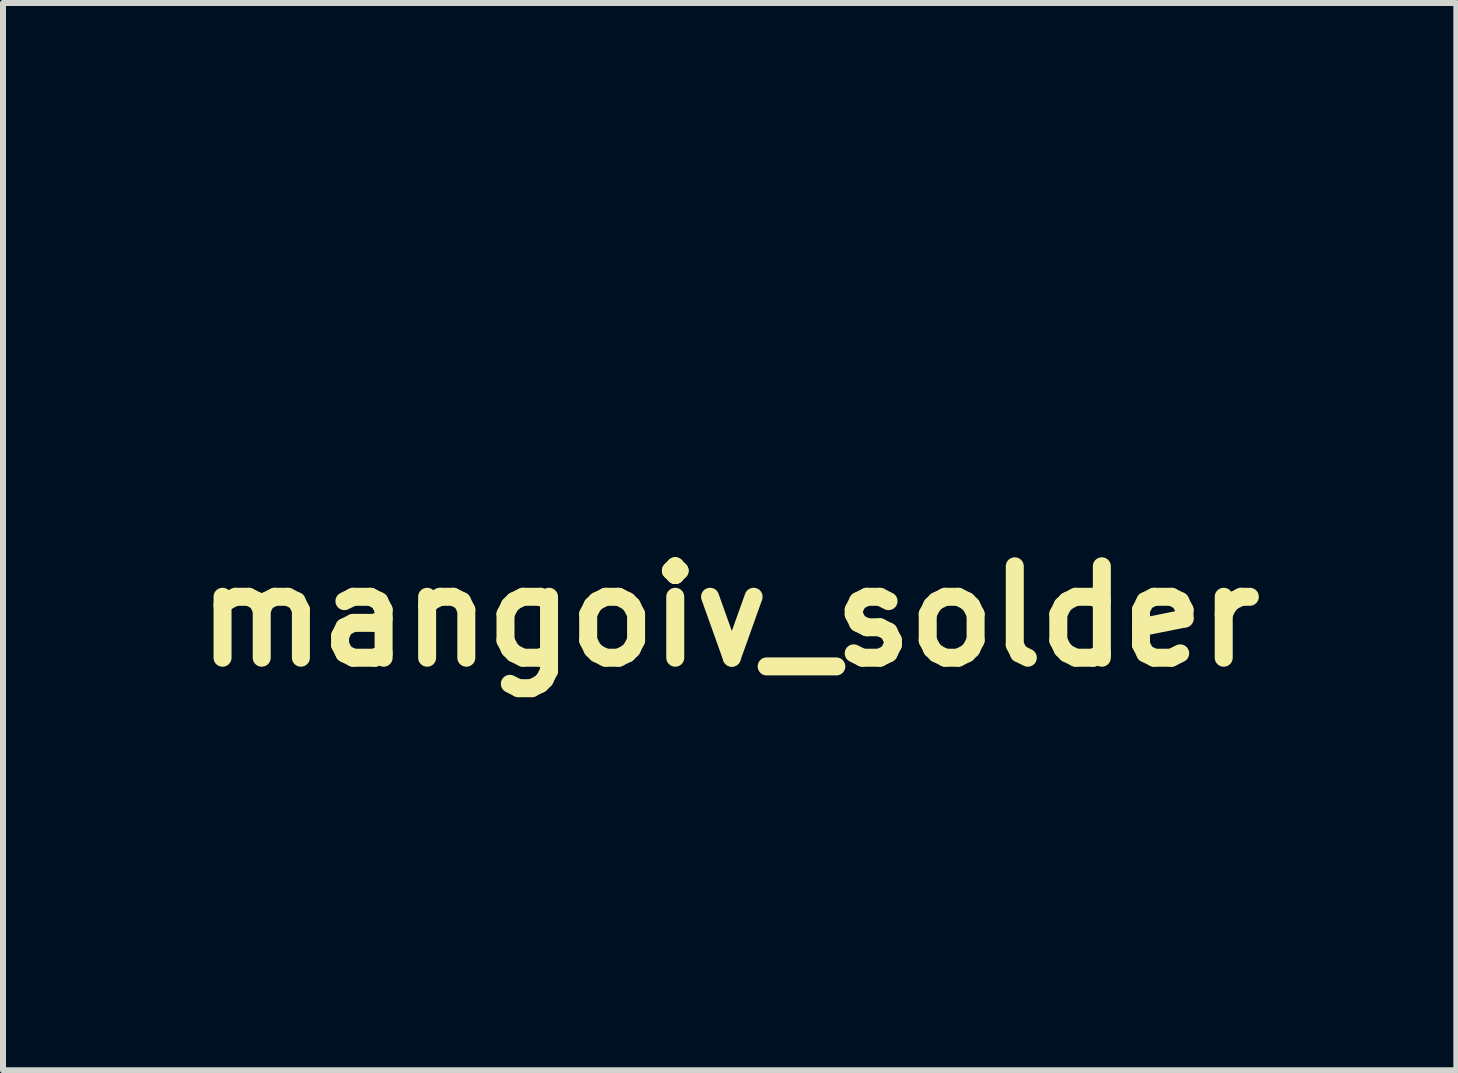
<source format=kicad_pcb>
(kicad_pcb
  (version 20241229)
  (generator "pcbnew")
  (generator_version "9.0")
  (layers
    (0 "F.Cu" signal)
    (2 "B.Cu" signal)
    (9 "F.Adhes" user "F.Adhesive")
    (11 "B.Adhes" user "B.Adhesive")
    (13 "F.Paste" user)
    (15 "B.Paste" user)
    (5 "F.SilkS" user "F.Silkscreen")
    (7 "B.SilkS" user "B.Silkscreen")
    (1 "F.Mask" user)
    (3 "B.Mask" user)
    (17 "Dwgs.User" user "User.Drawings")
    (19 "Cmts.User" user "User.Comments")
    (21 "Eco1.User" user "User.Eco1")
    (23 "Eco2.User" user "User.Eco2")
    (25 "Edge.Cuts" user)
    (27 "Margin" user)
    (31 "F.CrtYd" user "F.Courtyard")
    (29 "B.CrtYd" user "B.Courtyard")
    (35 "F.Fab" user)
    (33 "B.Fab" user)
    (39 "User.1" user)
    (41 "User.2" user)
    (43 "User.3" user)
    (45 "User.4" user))
  (footprint "mangoiv_solder"
    (layer "F.Cu")
    (at 9.115 7.226)
    (property "Reference" "mangoiv_solder" (at 0 0 0) (layer "F.SilkS") (effects (font (size 1.524 1.524) (thickness 0.3))))
    (attr through_hole)
    (fp_poly (pts (xy -2.253 -3.593) (xy -2.237 -3.582) (xy -2.226 -3.559) (xy -2.221 -3.521) (xy -2.219 -3.471) (xy -2.221 -3.404) (xy -2.229 -3.349) (xy -2.238 -3.317) (xy -2.248 -3.279) (xy -2.254 -3.237) (xy -2.256 -3.184) (xy -2.256 -3.146) (xy -2.257 -3.081) (xy -2.262 -3.029) (xy -2.271 -2.981) (xy -2.277 -2.958) (xy -2.29 -2.898) (xy -2.293 -2.851) (xy -2.292 -2.836) (xy -2.293 -2.794) (xy -2.307 -2.766) (xy -2.331 -2.754) (xy -2.363 -2.76) (xy -2.394 -2.779) (xy -2.42 -2.804) (xy -2.445 -2.836) (xy -2.452 -2.847) (xy -2.476 -2.881) (xy -2.507 -2.911) (xy -2.516 -2.918) (xy -2.542 -2.937) (xy -2.578 -2.963) (xy -2.618 -2.992) (xy -2.638 -3.007) (xy -2.678 -3.035) (xy -2.715 -3.06) (xy -2.744 -3.078) (xy -2.755 -3.084) (xy -2.779 -3.098) (xy -2.794 -3.11) (xy -2.795 -3.111) (xy -2.806 -3.122) (xy -2.829 -3.14) (xy -2.86 -3.163) (xy -2.868 -3.168) (xy -2.939 -3.22) (xy -2.995 -3.262) (xy -3.038 -3.296) (xy -3.049 -3.306) (xy -2.895 -3.306) (xy -2.892 -3.293) (xy -2.875 -3.285) (xy -2.859 -3.277) (xy -2.855 -3.271) (xy -2.847 -3.261) (xy -2.827 -3.247) (xy -2.822 -3.245) (xy -2.794 -3.228) (xy -2.761 -3.205) (xy -2.747 -3.194) (xy -2.722 -3.175) (xy -2.703 -3.162) (xy -2.697 -3.16) (xy -2.684 -3.153) (xy -2.673 -3.144) (xy -2.656 -3.131) (xy -2.629 -3.111) (xy -2.601 -3.092) (xy -2.566 -3.068) (xy -2.533 -3.042) (xy -2.514 -3.026) (xy -2.493 -3.008) (xy -2.477 -2.998) (xy -2.473 -2.997) (xy -2.46 -2.991) (xy -2.439 -2.976) (xy -2.433 -2.971) (xy -2.413 -2.956) (xy -2.402 -2.947) (xy -2.401 -2.946) (xy -2.397 -2.955) (xy -2.389 -2.978) (xy -2.381 -3.005) (xy -2.37 -3.058) (xy -2.366 -3.123) (xy -2.366 -3.16) (xy -2.366 -3.212) (xy -2.363 -3.253) (xy -2.355 -3.291) (xy -2.342 -3.332) (xy -2.326 -3.39) (xy -2.322 -3.434) (xy -2.331 -3.463) (xy -2.34 -3.473) (xy -2.357 -3.475) (xy -2.391 -3.468) (xy -2.444 -3.452) (xy -2.454 -3.449) (xy -2.538 -3.425) (xy -2.616 -3.412) (xy -2.636 -3.41) (xy -2.683 -3.405) (xy -2.718 -3.397) (xy -2.748 -3.384) (xy -2.766 -3.374) (xy -2.802 -3.354) (xy -2.839 -3.338) (xy -2.855 -3.332) (xy -2.883 -3.321) (xy -2.895 -3.306) (xy -3.049 -3.306) (xy -3.069 -3.324) (xy -3.09 -3.347) (xy -3.102 -3.367) (xy -3.108 -3.385) (xy -3.109 -3.396) (xy -3.106 -3.417) (xy -3.092 -3.424) (xy -3.085 -3.424) (xy -3.06 -3.417) (xy -3.047 -3.408) (xy -3.027 -3.397) (xy -3.013 -3.397) (xy -2.948 -3.414) (xy -2.888 -3.433) (xy -2.837 -3.453) (xy -2.802 -3.471) (xy -2.799 -3.473) (xy -2.773 -3.489) (xy -2.754 -3.5) (xy -2.748 -3.501) (xy -2.731 -3.505) (xy -2.731 -3.505) (xy -2.707 -3.51) (xy -2.669 -3.514) (xy -2.62 -3.518) (xy -2.61 -3.519) (xy -2.566 -3.525) (xy -2.518 -3.536) (xy -2.498 -3.543) (xy -2.45 -3.559) (xy -2.397 -3.574) (xy -2.346 -3.587) (xy -2.302 -3.595) (xy -2.278 -3.597) (xy -2.253 -3.593)) (stroke (width 0.01) (type solid)) (fill yes) (layer "F.Mask"))
    (fp_poly (pts (xy -3 -1.39) (xy -2.975 -1.38) (xy -2.943 -1.362) (xy -2.901 -1.333) (xy -2.846 -1.294) (xy -2.804 -1.263) (xy -2.765 -1.233) (xy -2.73 -1.206) (xy -2.703 -1.184) (xy -2.692 -1.175) (xy -2.665 -1.153) (xy -2.637 -1.133) (xy -2.612 -1.115) (xy -2.594 -1.097) (xy -2.593 -1.096) (xy -2.579 -1.083) (xy -2.552 -1.064) (xy -2.516 -1.04) (xy -2.492 -1.025) (xy -2.452 -1.001) (xy -2.416 -0.978) (xy -2.391 -0.961) (xy -2.383 -0.955) (xy -2.361 -0.939) (xy -2.331 -0.921) (xy -2.32 -0.916) (xy -2.291 -0.9) (xy -2.269 -0.886) (xy -2.264 -0.881) (xy -2.248 -0.869) (xy -2.221 -0.852) (xy -2.2 -0.839) (xy -2.158 -0.814) (xy -2.133 -0.795) (xy -2.12 -0.779) (xy -2.118 -0.764) (xy -2.12 -0.758) (xy -2.129 -0.743) (xy -2.148 -0.716) (xy -2.176 -0.681) (xy -2.21 -0.641) (xy -2.22 -0.629) (xy -2.258 -0.585) (xy -2.292 -0.54) (xy -2.321 -0.5) (xy -2.34 -0.47) (xy -2.342 -0.466) (xy -2.365 -0.423) (xy -2.385 -0.396) (xy -2.404 -0.381) (xy -2.425 -0.376) (xy -2.43 -0.376) (xy -2.454 -0.382) (xy -2.472 -0.402) (xy -2.474 -0.406) (xy -2.485 -0.43) (xy -2.5 -0.466) (xy -2.516 -0.508) (xy -2.52 -0.518) (xy -2.533 -0.552) (xy -2.548 -0.588) (xy -2.567 -0.628) (xy -2.591 -0.676) (xy -2.621 -0.736) (xy -2.66 -0.808) (xy -2.669 -0.83) (xy -2.679 -0.862) (xy -2.682 -0.874) (xy -2.705 -0.946) (xy -2.596 -0.946) (xy -2.588 -0.921) (xy -2.572 -0.879) (xy -2.546 -0.822) (xy -2.512 -0.751) (xy -2.492 -0.71) (xy -2.413 -0.551) (xy -2.373 -0.597) (xy -2.345 -0.63) (xy -2.317 -0.665) (xy -2.305 -0.681) (xy -2.286 -0.706) (xy -2.27 -0.723) (xy -2.266 -0.726) (xy -2.256 -0.74) (xy -2.265 -0.754) (xy -2.283 -0.764) (xy -2.31 -0.779) (xy -2.339 -0.8) (xy -2.345 -0.805) (xy -2.368 -0.822) (xy -2.385 -0.832) (xy -2.389 -0.833) (xy -2.401 -0.838) (xy -2.427 -0.853) (xy -2.461 -0.873) (xy -2.493 -0.894) (xy -2.532 -0.919) (xy -2.564 -0.938) (xy -2.586 -0.951) (xy -2.594 -0.955) (xy -2.596 -0.946) (xy -2.705 -0.946) (xy -2.713 -0.969) (xy -2.75 -1.048) (xy -2.795 -1.114) (xy -2.851 -1.171) (xy -2.869 -1.185) (xy -2.902 -1.21) (xy -2.929 -1.227) (xy -2.947 -1.236) (xy -2.95 -1.237) (xy -2.955 -1.225) (xy -2.96 -1.193) (xy -2.963 -1.142) (xy -2.966 -1.072) (xy -2.967 -1.041) (xy -2.97 -0.979) (xy -2.972 -0.924) (xy -2.975 -0.88) (xy -2.978 -0.848) (xy -2.98 -0.833) (xy -2.98 -0.833) (xy -2.983 -0.817) (xy -2.986 -0.786) (xy -2.989 -0.743) (xy -2.991 -0.696) (xy -2.993 -0.647) (xy -2.996 -0.604) (xy -2.999 -0.573) (xy -3.002 -0.557) (xy -3.018 -0.542) (xy -3.043 -0.535) (xy -3.067 -0.54) (xy -3.073 -0.545) (xy -3.086 -0.567) (xy -3.093 -0.604) (xy -3.096 -0.657) (xy -3.095 -0.728) (xy -3.089 -0.813) (xy -3.084 -0.878) (xy -3.08 -0.956) (xy -3.077 -1.039) (xy -3.074 -1.12) (xy -3.074 -1.167) (xy -3.073 -1.236) (xy -3.072 -1.287) (xy -3.07 -1.323) (xy -3.067 -1.348) (xy -3.064 -1.363) (xy -3.059 -1.373) (xy -3.053 -1.378) (xy -3.037 -1.388) (xy -3.02 -1.392) (xy -3 -1.39)) (stroke (width 0.01) (type solid)) (fill yes) (layer "F.Mask"))
    (fp_poly (pts (xy -2.851 -2.061) (xy -2.786 -2.06) (xy -2.704 -2.059) (xy -2.689 -2.058) (xy -2.577 -2.056) (xy -2.484 -2.052) (xy -2.41 -2.048) (xy -2.353 -2.043) (xy -2.311 -2.037) (xy -2.311 -2.037) (xy -2.265 -2.03) (xy -2.207 -2.025) (xy -2.147 -2.022) (xy -2.112 -2.021) (xy -2.061 -2.021) (xy -2.025 -2.019) (xy -2.001 -2.016) (xy -1.986 -2.011) (xy -1.974 -2.002) (xy -1.973 -2.001) (xy -1.954 -1.974) (xy -1.954 -1.947) (xy -1.968 -1.929) (xy -1.989 -1.92) (xy -2.027 -1.915) (xy -2.078 -1.912) (xy -2.139 -1.912) (xy -2.207 -1.915) (xy -2.278 -1.921) (xy -2.305 -1.924) (xy -2.358 -1.93) (xy -2.425 -1.936) (xy -2.497 -1.941) (xy -2.568 -1.945) (xy -2.596 -1.946) (xy -2.681 -1.949) (xy -2.748 -1.951) (xy -2.798 -1.951) (xy -2.832 -1.949) (xy -2.853 -1.944) (xy -2.863 -1.937) (xy -2.862 -1.927) (xy -2.853 -1.914) (xy -2.847 -1.907) (xy -2.828 -1.884) (xy -2.808 -1.853) (xy -2.802 -1.843) (xy -2.785 -1.812) (xy -2.762 -1.773) (xy -2.74 -1.735) (xy -2.702 -1.669) (xy -2.603 -1.662) (xy -2.558 -1.66) (xy -2.517 -1.657) (xy -2.488 -1.656) (xy -2.479 -1.656) (xy -2.455 -1.654) (xy -2.416 -1.648) (xy -2.369 -1.64) (xy -2.317 -1.63) (xy -2.266 -1.619) (xy -2.22 -1.608) (xy -2.183 -1.598) (xy -2.16 -1.59) (xy -2.156 -1.589) (xy -2.137 -1.567) (xy -2.136 -1.54) (xy -2.151 -1.513) (xy -2.16 -1.504) (xy -2.183 -1.49) (xy -2.21 -1.485) (xy -2.244 -1.487) (xy -2.291 -1.497) (xy -2.295 -1.498) (xy -2.356 -1.511) (xy -2.437 -1.524) (xy -2.537 -1.536) (xy -2.564 -1.54) (xy -2.59 -1.542) (xy -2.607 -1.543) (xy -2.616 -1.538) (xy -2.615 -1.526) (xy -2.606 -1.504) (xy -2.586 -1.47) (xy -2.557 -1.421) (xy -2.547 -1.405) (xy -2.515 -1.352) (xy -2.493 -1.314) (xy -2.478 -1.287) (xy -2.469 -1.269) (xy -2.465 -1.256) (xy -2.465 -1.246) (xy -2.466 -1.236) (xy -2.466 -1.235) (xy -2.477 -1.217) (xy -2.497 -1.199) (xy -2.517 -1.189) (xy -2.523 -1.189) (xy -2.529 -1.197) (xy -2.543 -1.216) (xy -2.558 -1.237) (xy -2.6 -1.299) (xy -2.633 -1.349) (xy -2.658 -1.389) (xy -2.678 -1.425) (xy -2.686 -1.439) (xy -2.705 -1.475) (xy -2.727 -1.508) (xy -2.737 -1.521) (xy -2.75 -1.535) (xy -2.764 -1.544) (xy -2.783 -1.551) (xy -2.812 -1.555) (xy -2.856 -1.56) (xy -2.867 -1.56) (xy -2.922 -1.564) (xy -2.988 -1.566) (xy -3.055 -1.567) (xy -3.099 -1.567) (xy -3.175 -1.567) (xy -3.249 -1.57) (xy -3.316 -1.577) (xy -3.372 -1.585) (xy -3.414 -1.596) (xy -3.427 -1.602) (xy -3.452 -1.621) (xy -3.467 -1.643) (xy -3.473 -1.663) (xy -3.467 -1.678) (xy -3.455 -1.689) (xy -3.43 -1.702) (xy -3.401 -1.703) (xy -3.394 -1.701) (xy -3.339 -1.693) (xy -3.277 -1.688) (xy -3.216 -1.686) (xy -3.165 -1.687) (xy -3.15 -1.689) (xy -3.107 -1.692) (xy -3.058 -1.692) (xy -3.028 -1.69) (xy -2.955 -1.685) (xy -2.9 -1.683) (xy -2.863 -1.685) (xy -2.846 -1.69) (xy -2.845 -1.693) (xy -2.85 -1.705) (xy -2.864 -1.731) (xy -2.884 -1.766) (xy -2.902 -1.794) (xy -2.942 -1.858) (xy -2.972 -1.907) (xy -2.992 -1.946) (xy -3.004 -1.975) (xy -3.009 -1.998) (xy -3.007 -2.017) (xy -3 -2.036) (xy -2.996 -2.044) (xy -2.993 -2.05) (xy -2.987 -2.054) (xy -2.977 -2.058) (xy -2.961 -2.06) (xy -2.936 -2.061) (xy -2.9 -2.062) (xy -2.851 -2.061)) (stroke (width 0.01) (type solid)) (fill yes) (layer "F.Mask"))
    (fp_poly (pts (xy -3.341 2.031) (xy -3.307 2.059) (xy -3.273 2.087) (xy -3.231 2.121) (xy -3.188 2.152) (xy -3.181 2.158) (xy -3.139 2.187) (xy -3.096 2.217) (xy -3.06 2.242) (xy -3.054 2.246) (xy -2.989 2.292) (xy -2.938 2.327) (xy -2.9 2.353) (xy -2.872 2.371) (xy -2.854 2.381) (xy -2.842 2.387) (xy -2.837 2.388) (xy -2.823 2.381) (xy -2.798 2.365) (xy -2.766 2.341) (xy -2.745 2.323) (xy -2.703 2.29) (xy -2.66 2.257) (xy -2.621 2.229) (xy -2.609 2.221) (xy -2.579 2.201) (xy -2.556 2.185) (xy -2.546 2.175) (xy -2.533 2.166) (xy -2.513 2.16) (xy -2.487 2.159) (xy -2.463 2.175) (xy -2.462 2.175) (xy -2.442 2.205) (xy -2.442 2.235) (xy -2.462 2.267) (xy -2.5 2.299) (xy -2.538 2.321) (xy -2.567 2.337) (xy -2.589 2.351) (xy -2.596 2.357) (xy -2.607 2.368) (xy -2.63 2.385) (xy -2.661 2.407) (xy -2.663 2.408) (xy -2.692 2.43) (xy -2.714 2.448) (xy -2.723 2.458) (xy -2.723 2.459) (xy -2.715 2.468) (xy -2.694 2.486) (xy -2.661 2.511) (xy -2.621 2.54) (xy -2.609 2.55) (xy -2.559 2.585) (xy -2.509 2.623) (xy -2.463 2.659) (xy -2.429 2.687) (xy -2.428 2.687) (xy -2.386 2.721) (xy -2.338 2.757) (xy -2.295 2.788) (xy -2.294 2.788) (xy -2.26 2.812) (xy -2.23 2.833) (xy -2.21 2.847) (xy -2.208 2.849) (xy -2.169 2.879) (xy -2.123 2.914) (xy -2.074 2.948) (xy -2.028 2.978) (xy -1.99 3.002) (xy -1.974 3.011) (xy -1.937 3.032) (xy -1.902 3.055) (xy -1.888 3.067) (xy -1.84 3.104) (xy -1.779 3.146) (xy -1.722 3.18) (xy -1.688 3.202) (xy -1.65 3.228) (xy -1.629 3.244) (xy -1.562 3.295) (xy -1.497 3.343) (xy -1.439 3.385) (xy -1.39 3.42) (xy -1.353 3.444) (xy -1.351 3.445) (xy -1.324 3.463) (xy -1.306 3.478) (xy -1.3 3.485) (xy -1.293 3.494) (xy -1.272 3.512) (xy -1.242 3.534) (xy -1.208 3.558) (xy -1.174 3.581) (xy -1.144 3.601) (xy -1.122 3.614) (xy -1.113 3.617) (xy -1.097 3.625) (xy -1.077 3.643) (xy -1.058 3.665) (xy -1.047 3.685) (xy -1.046 3.69) (xy -1.055 3.712) (xy -1.077 3.729) (xy -1.105 3.738) (xy -1.132 3.735) (xy -1.147 3.725) (xy -1.163 3.713) (xy -1.189 3.698) (xy -1.201 3.693) (xy -1.23 3.677) (xy -1.268 3.653) (xy -1.306 3.625) (xy -1.313 3.62) (xy -1.344 3.595) (xy -1.369 3.577) (xy -1.384 3.567) (xy -1.386 3.566) (xy -1.397 3.56) (xy -1.418 3.545) (xy -1.446 3.524) (xy -1.447 3.523) (xy -1.507 3.477) (xy -1.553 3.442) (xy -1.587 3.417) (xy -1.613 3.401) (xy -1.629 3.392) (xy -1.648 3.381) (xy -1.656 3.371) (xy -1.664 3.363) (xy -1.687 3.346) (xy -1.721 3.322) (xy -1.764 3.293) (xy -1.806 3.265) (xy -1.855 3.233) (xy -1.897 3.204) (xy -1.931 3.181) (xy -1.952 3.165) (xy -1.959 3.159) (xy -1.969 3.15) (xy -1.992 3.135) (xy -2.02 3.119) (xy -2.057 3.098) (xy -2.101 3.069) (xy -2.144 3.04) (xy -2.149 3.036) (xy -2.22 2.983) (xy -2.278 2.942) (xy -2.323 2.91) (xy -2.359 2.887) (xy -2.375 2.877) (xy -2.404 2.857) (xy -2.438 2.83) (xy -2.464 2.807) (xy -2.494 2.782) (xy -2.535 2.75) (xy -2.58 2.716) (xy -2.611 2.694) (xy -2.657 2.662) (xy -2.702 2.629) (xy -2.742 2.599) (xy -2.762 2.584) (xy -2.793 2.561) (xy -2.821 2.546) (xy -2.839 2.54) (xy -2.86 2.546) (xy -2.888 2.561) (xy -2.903 2.571) (xy -2.925 2.585) (xy -2.961 2.606) (xy -3.009 2.632) (xy -3.065 2.661) (xy -3.125 2.692) (xy -3.136 2.697) (xy -3.195 2.728) (xy -3.25 2.757) (xy -3.297 2.783) (xy -3.333 2.804) (xy -3.355 2.818) (xy -3.358 2.82) (xy -3.394 2.847) (xy -3.426 2.86) (xy -3.449 2.858) (xy -3.462 2.842) (xy -3.464 2.826) (xy -3.453 2.784) (xy -3.423 2.741) (xy -3.38 2.703) (xy -3.358 2.686) (xy -3.335 2.671) (xy -3.307 2.655) (xy -3.271 2.636) (xy -3.222 2.612) (xy -3.185 2.594) (xy -3.15 2.575) (xy -3.109 2.553) (xy -3.067 2.53) (xy -3.027 2.506) (xy -2.993 2.486) (xy -2.968 2.47) (xy -2.957 2.461) (xy -2.957 2.46) (xy -2.965 2.452) (xy -2.986 2.435) (xy -3.016 2.413) (xy -3.03 2.403) (xy -3.127 2.334) (xy -3.209 2.274) (xy -3.275 2.224) (xy -3.328 2.181) (xy -3.368 2.146) (xy -3.396 2.117) (xy -3.414 2.092) (xy -3.423 2.072) (xy -3.424 2.063) (xy -3.418 2.031) (xy -3.401 2.015) (xy -3.375 2.015) (xy -3.341 2.031)) (stroke (width 0.01) (type solid)) (fill yes) (layer "F.Mask"))
    (fp_poly (pts (xy -1.604 -5.123) (xy -1.586 -5.104) (xy -1.57 -5.08) (xy -1.566 -5.057) (xy -1.573 -5.028) (xy -1.59 -4.99) (xy -1.604 -4.959) (xy -1.614 -4.932) (xy -1.615 -4.921) (xy -1.621 -4.898) (xy -1.627 -4.889) (xy -1.637 -4.871) (xy -1.641 -4.849) (xy -1.643 -4.827) (xy -1.648 -4.791) (xy -1.655 -4.747) (xy -1.66 -4.715) (xy -1.674 -4.586) (xy -1.675 -4.467) (xy -1.662 -4.36) (xy -1.655 -4.328) (xy -1.644 -4.288) (xy -1.634 -4.255) (xy -1.627 -4.235) (xy -1.625 -4.232) (xy -1.617 -4.214) (xy -1.615 -4.203) (xy -1.61 -4.185) (xy -1.596 -4.157) (xy -1.585 -4.14) (xy -1.557 -4.096) (xy -1.543 -4.062) (xy -1.54 -4.035) (xy -1.544 -4.018) (xy -1.56 -3.997) (xy -1.578 -3.993) (xy -1.609 -4.003) (xy -1.642 -4.032) (xy -1.674 -4.08) (xy -1.706 -4.144) (xy -1.736 -4.225) (xy -1.765 -4.321) (xy -1.768 -4.332) (xy -1.794 -4.435) (xy -1.834 -4.433) (xy -1.861 -4.431) (xy -1.902 -4.428) (xy -1.951 -4.425) (xy -1.99 -4.422) (xy -2.036 -4.42) (xy -2.074 -4.419) (xy -2.1 -4.42) (xy -2.11 -4.422) (xy -2.121 -4.425) (xy -2.127 -4.422) (xy -2.142 -4.419) (xy -2.172 -4.416) (xy -2.211 -4.413) (xy -2.225 -4.413) (xy -2.264 -4.412) (xy -2.319 -4.409) (xy -2.382 -4.406) (xy -2.45 -4.403) (xy -2.498 -4.4) (xy -2.567 -4.397) (xy -2.64 -4.395) (xy -2.715 -4.394) (xy -2.787 -4.395) (xy -2.855 -4.396) (xy -2.914 -4.399) (xy -2.963 -4.402) (xy -2.997 -4.406) (xy -3.014 -4.411) (xy -3.014 -4.411) (xy -3.034 -4.417) (xy -3.045 -4.416) (xy -3.061 -4.414) (xy -3.093 -4.411) (xy -3.138 -4.409) (xy -3.192 -4.406) (xy -3.226 -4.404) (xy -3.284 -4.402) (xy -3.336 -4.399) (xy -3.38 -4.396) (xy -3.41 -4.394) (xy -3.419 -4.392) (xy -3.445 -4.389) (xy -3.483 -4.385) (xy -3.515 -4.383) (xy -3.56 -4.38) (xy -3.613 -4.377) (xy -3.663 -4.373) (xy -3.712 -4.369) (xy -3.747 -4.366) (xy -3.773 -4.366) (xy -3.795 -4.367) (xy -3.819 -4.37) (xy -3.831 -4.372) (xy -3.867 -4.375) (xy -3.891 -4.368) (xy -3.897 -4.365) (xy -3.905 -4.357) (xy -3.91 -4.346) (xy -3.914 -4.328) (xy -3.916 -4.299) (xy -3.917 -4.255) (xy -3.917 -4.214) (xy -3.918 -4.152) (xy -3.92 -4.105) (xy -3.924 -4.074) (xy -3.928 -4.063) (xy -3.938 -4.042) (xy -3.947 -4.009) (xy -3.953 -3.973) (xy -3.953 -3.946) (xy -3.956 -3.925) (xy -3.962 -3.917) (xy -3.97 -3.903) (xy -3.973 -3.886) (xy -3.976 -3.867) (xy -3.983 -3.861) (xy -3.992 -3.853) (xy -3.993 -3.848) (xy -4.002 -3.837) (xy -4.026 -3.824) (xy -4.061 -3.812) (xy -4.089 -3.804) (xy -4.115 -3.805) (xy -4.13 -3.811) (xy -4.147 -3.821) (xy -4.153 -3.825) (xy -4.151 -3.835) (xy -4.142 -3.859) (xy -4.128 -3.895) (xy -4.114 -3.932) (xy -4.094 -3.984) (xy -4.077 -4.04) (xy -4.063 -4.091) (xy -4.058 -4.114) (xy -4.051 -4.171) (xy -4.046 -4.238) (xy -4.045 -4.31) (xy -4.046 -4.383) (xy -4.05 -4.455) (xy -4.056 -4.521) (xy -4.064 -4.578) (xy -4.075 -4.622) (xy -4.087 -4.65) (xy -4.089 -4.653) (xy -4.098 -4.667) (xy -4.112 -4.691) (xy -4.131 -4.728) (xy -4.158 -4.78) (xy -4.187 -4.84) (xy -4.202 -4.876) (xy -4.204 -4.903) (xy -4.194 -4.926) (xy -4.186 -4.936) (xy -4.155 -4.956) (xy -4.12 -4.957) (xy -4.084 -4.94) (xy -4.065 -4.923) (xy -4.044 -4.899) (xy -4.036 -4.879) (xy -4.038 -4.861) (xy -4.039 -4.842) (xy -4.032 -4.817) (xy -4.015 -4.782) (xy -4.002 -4.757) (xy -3.978 -4.708) (xy -3.956 -4.655) (xy -3.939 -4.606) (xy -3.938 -4.602) (xy -3.916 -4.526) (xy -3.833 -4.528) (xy -3.788 -4.53) (xy -3.732 -4.534) (xy -3.671 -4.54) (xy -3.608 -4.546) (xy -3.548 -4.553) (xy -3.496 -4.56) (xy -3.457 -4.567) (xy -3.437 -4.571) (xy -3.413 -4.576) (xy -3.404 -4.572) (xy -3.404 -4.571) (xy -3.395 -4.564) (xy -3.377 -4.562) (xy -3.358 -4.565) (xy -3.348 -4.571) (xy -3.336 -4.576) (xy -3.309 -4.579) (xy -3.272 -4.58) (xy -3.266 -4.58) (xy -3.229 -4.58) (xy -3.201 -4.581) (xy -3.186 -4.583) (xy -3.186 -4.583) (xy -3.173 -4.585) (xy -3.143 -4.586) (xy -3.098 -4.585) (xy -3.041 -4.583) (xy -2.974 -4.58) (xy -2.899 -4.576) (xy -2.896 -4.576) (xy -2.791 -4.572) (xy -2.678 -4.571) (xy -2.554 -4.574) (xy -2.415 -4.581) (xy -2.266 -4.592) (xy -2.186 -4.597) (xy -2.11 -4.601) (xy -2.04 -4.602) (xy -1.98 -4.601) (xy -1.934 -4.597) (xy -1.905 -4.592) (xy -1.905 -4.592) (xy -1.879 -4.589) (xy -1.848 -4.593) (xy -1.818 -4.601) (xy -1.797 -4.612) (xy -1.791 -4.619) (xy -1.789 -4.632) (xy -1.784 -4.661) (xy -1.778 -4.702) (xy -1.771 -4.752) (xy -1.769 -4.768) (xy -1.756 -4.847) (xy -1.741 -4.912) (xy -1.723 -4.971) (xy -1.711 -5.001) (xy -1.686 -5.061) (xy -1.663 -5.102) (xy -1.643 -5.126) (xy -1.624 -5.132) (xy -1.604 -5.123)) (stroke (width 0.01) (type solid)) (fill yes) (layer "F.Mask"))
    (fp_poly (pts (xy -4.139 -7.211) (xy -4.128 -7.194) (xy -4.11 -7.171) (xy -4.08 -7.15) (xy -4.034 -7.126) (xy -4.034 -7.126) (xy -3.958 -7.088) (xy -3.885 -7.05) (xy -3.819 -7.012) (xy -3.764 -6.977) (xy -3.722 -6.947) (xy -3.708 -6.935) (xy -3.68 -6.911) (xy -3.639 -6.883) (xy -3.594 -6.853) (xy -3.566 -6.836) (xy -3.523 -6.81) (xy -3.482 -6.786) (xy -3.449 -6.767) (xy -3.434 -6.758) (xy -3.422 -6.751) (xy -3.409 -6.744) (xy -3.394 -6.735) (xy -3.373 -6.723) (xy -3.344 -6.706) (xy -3.306 -6.685) (xy -3.256 -6.656) (xy -3.191 -6.62) (xy -3.145 -6.594) (xy -3.095 -6.566) (xy -3.032 -6.532) (xy -2.963 -6.496) (xy -2.893 -6.459) (xy -2.84 -6.432) (xy -2.781 -6.402) (xy -2.726 -6.373) (xy -2.678 -6.348) (xy -2.64 -6.328) (xy -2.617 -6.315) (xy -2.616 -6.314) (xy -2.582 -6.294) (xy -2.533 -6.269) (xy -2.475 -6.241) (xy -2.411 -6.21) (xy -2.347 -6.181) (xy -2.287 -6.154) (xy -2.236 -6.133) (xy -2.225 -6.128) (xy -2.193 -6.117) (xy -2.148 -6.104) (xy -2.094 -6.09) (xy -2.039 -6.077) (xy -2.037 -6.077) (xy -1.982 -6.063) (xy -1.928 -6.049) (xy -1.882 -6.036) (xy -1.85 -6.025) (xy -1.849 -6.025) (xy -1.815 -6.013) (xy -1.768 -5.999) (xy -1.717 -5.985) (xy -1.687 -5.978) (xy -1.625 -5.962) (xy -1.568 -5.944) (xy -1.52 -5.925) (xy -1.483 -5.907) (xy -1.463 -5.892) (xy -1.461 -5.89) (xy -1.453 -5.862) (xy -1.462 -5.834) (xy -1.482 -5.81) (xy -1.509 -5.796) (xy -1.536 -5.795) (xy -1.563 -5.796) (xy -1.604 -5.792) (xy -1.657 -5.784) (xy -1.715 -5.772) (xy -1.775 -5.758) (xy -1.801 -5.752) (xy -1.847 -5.74) (xy -1.906 -5.728) (xy -1.973 -5.714) (xy -2.041 -5.702) (xy -2.103 -5.692) (xy -2.154 -5.685) (xy -2.164 -5.684) (xy -2.2 -5.679) (xy -2.233 -5.672) (xy -2.24 -5.67) (xy -2.268 -5.663) (xy -2.306 -5.657) (xy -2.327 -5.654) (xy -2.377 -5.647) (xy -2.436 -5.638) (xy -2.499 -5.628) (xy -2.563 -5.616) (xy -2.622 -5.605) (xy -2.672 -5.595) (xy -2.71 -5.586) (xy -2.724 -5.582) (xy -2.753 -5.574) (xy -2.775 -5.569) (xy -2.78 -5.569) (xy -2.795 -5.568) (xy -2.82 -5.563) (xy -2.83 -5.56) (xy -2.924 -5.535) (xy -3.002 -5.515) (xy -3.068 -5.5) (xy -3.113 -5.492) (xy -3.145 -5.484) (xy -3.193 -5.471) (xy -3.252 -5.455) (xy -3.319 -5.435) (xy -3.389 -5.414) (xy -3.458 -5.392) (xy -3.523 -5.371) (xy -3.58 -5.352) (xy -3.624 -5.336) (xy -3.647 -5.327) (xy -3.671 -5.317) (xy -3.709 -5.304) (xy -3.755 -5.288) (xy -3.8 -5.273) (xy -3.855 -5.254) (xy -3.91 -5.233) (xy -3.96 -5.212) (xy -3.988 -5.199) (xy -4.032 -5.179) (xy -4.077 -5.16) (xy -4.114 -5.147) (xy -4.152 -5.134) (xy -4.189 -5.118) (xy -4.203 -5.111) (xy -4.235 -5.095) (xy -4.256 -5.092) (xy -4.274 -5.102) (xy -4.281 -5.109) (xy -4.293 -5.132) (xy -4.298 -5.159) (xy -4.292 -5.185) (xy -4.275 -5.207) (xy -4.242 -5.228) (xy -4.193 -5.247) (xy -4.166 -5.256) (xy -4.127 -5.269) (xy -4.093 -5.282) (xy -4.071 -5.29) (xy -4.068 -5.292) (xy -4.012 -5.319) (xy -3.942 -5.347) (xy -3.856 -5.376) (xy -3.778 -5.399) (xy -3.717 -5.417) (xy -3.657 -5.436) (xy -3.602 -5.453) (xy -3.558 -5.467) (xy -3.546 -5.471) (xy -3.503 -5.485) (xy -3.462 -5.498) (xy -3.431 -5.506) (xy -3.429 -5.506) (xy -3.393 -5.516) (xy -3.353 -5.528) (xy -3.343 -5.531) (xy -3.298 -5.545) (xy -3.238 -5.562) (xy -3.164 -5.582) (xy -3.082 -5.603) (xy -2.993 -5.625) (xy -2.902 -5.647) (xy -2.813 -5.668) (xy -2.729 -5.686) (xy -2.653 -5.703) (xy -2.589 -5.715) (xy -2.56 -5.72) (xy -2.503 -5.731) (xy -2.444 -5.742) (xy -2.391 -5.753) (xy -2.357 -5.761) (xy -2.324 -5.768) (xy -2.276 -5.779) (xy -2.215 -5.791) (xy -2.148 -5.805) (xy -2.077 -5.818) (xy -2.052 -5.823) (xy -1.967 -5.84) (xy -1.9 -5.854) (xy -1.852 -5.866) (xy -1.82 -5.876) (xy -1.805 -5.884) (xy -1.805 -5.891) (xy -1.818 -5.897) (xy -1.824 -5.899) (xy -1.85 -5.905) (xy -1.868 -5.908) (xy -1.886 -5.911) (xy -1.916 -5.919) (xy -1.953 -5.93) (xy -1.956 -5.93) (xy -2.002 -5.943) (xy -2.056 -5.958) (xy -2.109 -5.971) (xy -2.113 -5.972) (xy -2.172 -5.988) (xy -2.241 -6.012) (xy -2.315 -6.041) (xy -2.387 -6.072) (xy -2.45 -6.102) (xy -2.487 -6.12) (xy -2.524 -6.136) (xy -2.537 -6.141) (xy -2.566 -6.154) (xy -2.604 -6.173) (xy -2.637 -6.192) (xy -2.666 -6.209) (xy -2.71 -6.233) (xy -2.763 -6.26) (xy -2.82 -6.29) (xy -2.86 -6.31) (xy -2.956 -6.358) (xy -3.037 -6.401) (xy -3.102 -6.437) (xy -3.151 -6.467) (xy -3.183 -6.49) (xy -3.186 -6.493) (xy -3.207 -6.508) (xy -3.223 -6.513) (xy -3.242 -6.52) (xy -3.251 -6.528) (xy -3.268 -6.542) (xy -3.295 -6.558) (xy -3.306 -6.564) (xy -3.338 -6.581) (xy -3.377 -6.603) (xy -3.404 -6.619) (xy -3.441 -6.641) (xy -3.487 -6.668) (xy -3.532 -6.693) (xy -3.536 -6.695) (xy -3.602 -6.733) (xy -3.664 -6.771) (xy -3.717 -6.806) (xy -3.759 -6.837) (xy -3.775 -6.851) (xy -3.791 -6.866) (xy -3.814 -6.882) (xy -3.844 -6.902) (xy -3.885 -6.926) (xy -3.938 -6.957) (xy -4.006 -6.995) (xy -4.043 -7.016) (xy -4.108 -7.054) (xy -4.161 -7.09) (xy -4.199 -7.121) (xy -4.221 -7.146) (xy -4.226 -7.161) (xy -4.216 -7.19) (xy -4.192 -7.212) (xy -4.173 -7.219) (xy -4.153 -7.221) (xy -4.139 -7.211)) (stroke (width 0.01) (type solid)) (fill yes) (layer "F.Mask"))
    (fp_poly (pts (xy -3.349 3.028) (xy -3.316 3.036) (xy -3.297 3.06) (xy -3.29 3.098) (xy -3.296 3.145) (xy -3.298 3.158) (xy -3.297 3.171) (xy -3.291 3.186) (xy -3.279 3.205) (xy -3.259 3.23) (xy -3.231 3.265) (xy -3.191 3.31) (xy -3.145 3.363) (xy -3.106 3.407) (xy -3.067 3.452) (xy -3.034 3.492) (xy -3.01 3.523) (xy -3.009 3.523) (xy -2.983 3.557) (xy -2.948 3.598) (xy -2.91 3.641) (xy -2.89 3.663) (xy -2.856 3.699) (xy -2.824 3.734) (xy -2.799 3.761) (xy -2.788 3.773) (xy -2.774 3.788) (xy -2.761 3.796) (xy -2.743 3.799) (xy -2.714 3.799) (xy -2.684 3.796) (xy -2.644 3.793) (xy -2.591 3.79) (xy -2.53 3.787) (xy -2.468 3.784) (xy -2.456 3.783) (xy -2.397 3.781) (xy -2.355 3.78) (xy -2.327 3.78) (xy -2.308 3.783) (xy -2.295 3.788) (xy -2.286 3.795) (xy -2.268 3.822) (xy -2.269 3.852) (xy -2.286 3.876) (xy -2.299 3.886) (xy -2.317 3.892) (xy -2.342 3.894) (xy -2.38 3.894) (xy -2.418 3.893) (xy -2.457 3.893) (xy -2.502 3.894) (xy -2.55 3.896) (xy -2.597 3.899) (xy -2.637 3.903) (xy -2.666 3.907) (xy -2.681 3.911) (xy -2.682 3.912) (xy -2.676 3.924) (xy -2.659 3.944) (xy -2.649 3.954) (xy -2.598 4.01) (xy -2.555 4.064) (xy -2.524 4.113) (xy -2.504 4.156) (xy -2.499 4.183) (xy -2.502 4.206) (xy -2.516 4.217) (xy -2.529 4.221) (xy -2.562 4.222) (xy -2.59 4.208) (xy -2.614 4.176) (xy -2.627 4.152) (xy -2.648 4.114) (xy -2.676 4.073) (xy -2.696 4.048) (xy -2.723 4.015) (xy -2.749 3.982) (xy -2.763 3.962) (xy -2.782 3.937) (xy -2.799 3.917) (xy -2.803 3.914) (xy -2.824 3.906) (xy -2.861 3.902) (xy -2.91 3.902) (xy -2.966 3.907) (xy -3.024 3.915) (xy -3.038 3.917) (xy -3.079 3.924) (xy -3.114 3.928) (xy -3.136 3.929) (xy -3.14 3.929) (xy -3.157 3.929) (xy -3.188 3.932) (xy -3.23 3.937) (xy -3.268 3.943) (xy -3.318 3.951) (xy -3.366 3.957) (xy -3.404 3.961) (xy -3.422 3.962) (xy -3.454 3.964) (xy -3.479 3.97) (xy -3.484 3.972) (xy -3.502 3.991) (xy -3.523 4.03) (xy -3.546 4.088) (xy -3.57 4.166) (xy -3.598 4.265) (xy -3.612 4.322) (xy -3.631 4.398) (xy -3.647 4.455) (xy -3.66 4.498) (xy -3.672 4.528) (xy -3.684 4.547) (xy -3.696 4.557) (xy -3.71 4.561) (xy -3.72 4.562) (xy -3.738 4.554) (xy -3.755 4.536) (xy -3.763 4.522) (xy -3.767 4.508) (xy -3.766 4.487) (xy -3.761 4.455) (xy -3.755 4.424) (xy -3.744 4.378) (xy -3.73 4.321) (xy -3.712 4.26) (xy -3.698 4.212) (xy -3.682 4.163) (xy -3.67 4.12) (xy -3.661 4.087) (xy -3.658 4.068) (xy -3.658 4.067) (xy -3.653 4.046) (xy -3.649 4.038) (xy -3.638 4.021) (xy -3.633 4.008) (xy -3.632 4) (xy -3.635 3.995) (xy -3.645 3.991) (xy -3.665 3.99) (xy -3.699 3.99) (xy -3.749 3.991) (xy -3.772 3.992) (xy -3.829 3.993) (xy -3.884 3.994) (xy -3.93 3.995) (xy -3.963 3.995) (xy -3.967 3.995) (xy -3.998 3.997) (xy -4.02 4.003) (xy -4.025 4.006) (xy -4.037 4.011) (xy -4.045 4.007) (xy -4.064 4) (xy -4.092 3.999) (xy -4.094 4) (xy -4.122 4.002) (xy -4.157 4.005) (xy -4.201 4.009) (xy -4.258 4.013) (xy -4.33 4.019) (xy -4.394 4.023) (xy -4.449 4.028) (xy -4.5 4.033) (xy -4.54 4.038) (xy -4.566 4.042) (xy -4.572 4.044) (xy -4.602 4.051) (xy -4.623 4.053) (xy -4.649 4.055) (xy -4.683 4.06) (xy -4.694 4.062) (xy -4.776 4.078) (xy -4.84 4.088) (xy -4.889 4.092) (xy -4.924 4.09) (xy -4.947 4.081) (xy -4.961 4.067) (xy -4.965 4.057) (xy -4.966 4.031) (xy -4.961 4.014) (xy -4.943 4) (xy -4.911 3.988) (xy -4.87 3.978) (xy -4.826 3.974) (xy -4.819 3.973) (xy -4.785 3.971) (xy -4.743 3.964) (xy -4.712 3.958) (xy -4.639 3.944) (xy -4.549 3.931) (xy -4.444 3.92) (xy -4.328 3.91) (xy -4.203 3.902) (xy -4.073 3.896) (xy -3.941 3.892) (xy -3.84 3.891) (xy -3.756 3.889) (xy -3.69 3.886) (xy -3.64 3.879) (xy -3.603 3.868) (xy -3.579 3.853) (xy -3.57 3.84) (xy -3.46 3.84) (xy -3.459 3.852) (xy -3.446 3.857) (xy -3.422 3.856) (xy -3.421 3.856) (xy -3.402 3.853) (xy -3.366 3.848) (xy -3.316 3.842) (xy -3.256 3.834) (xy -3.189 3.825) (xy -3.145 3.82) (xy -3.077 3.811) (xy -3.016 3.802) (xy -2.964 3.795) (xy -2.926 3.789) (xy -2.902 3.785) (xy -2.896 3.784) (xy -2.9 3.775) (xy -2.916 3.762) (xy -2.917 3.762) (xy -2.961 3.726) (xy -3.011 3.678) (xy -3.06 3.623) (xy -3.094 3.581) (xy -3.118 3.55) (xy -3.15 3.511) (xy -3.185 3.469) (xy -3.222 3.426) (xy -3.257 3.385) (xy -3.289 3.349) (xy -3.314 3.322) (xy -3.33 3.306) (xy -3.334 3.304) (xy -3.338 3.303) (xy -3.342 3.305) (xy -3.346 3.314) (xy -3.351 3.333) (xy -3.358 3.364) (xy -3.369 3.411) (xy -3.373 3.429) (xy -3.384 3.476) (xy -3.395 3.518) (xy -3.405 3.551) (xy -3.41 3.563) (xy -3.418 3.591) (xy -3.423 3.63) (xy -3.424 3.652) (xy -3.425 3.687) (xy -3.429 3.715) (xy -3.433 3.726) (xy -3.442 3.75) (xy -3.451 3.782) (xy -3.457 3.814) (xy -3.46 3.84) (xy -3.57 3.84) (xy -3.565 3.832) (xy -3.558 3.805) (xy -3.556 3.779) (xy -3.554 3.759) (xy -3.548 3.723) (xy -3.538 3.673) (xy -3.525 3.612) (xy -3.511 3.544) (xy -3.495 3.471) (xy -3.478 3.396) (xy -3.461 3.323) (xy -3.445 3.254) (xy -3.43 3.193) (xy -3.42 3.151) (xy -3.405 3.099) (xy -3.392 3.063) (xy -3.38 3.042) (xy -3.367 3.031) (xy -3.35 3.028) (xy -3.349 3.028)) (stroke (width 0.01) (type solid)) (fill yes) (layer "F.Mask"))
    (fp_poly (pts (xy -3.023 -2.786) (xy -2.993 -2.762) (xy -2.969 -2.738) (xy -2.938 -2.709) (xy -2.909 -2.683) (xy -2.886 -2.667) (xy -2.886 -2.667) (xy -2.865 -2.654) (xy -2.855 -2.644) (xy -2.855 -2.643) (xy -2.847 -2.632) (xy -2.828 -2.616) (xy -2.816 -2.607) (xy -2.804 -2.599) (xy -2.792 -2.593) (xy -2.777 -2.588) (xy -2.758 -2.583) (xy -2.731 -2.579) (xy -2.695 -2.575) (xy -2.648 -2.572) (xy -2.588 -2.568) (xy -2.511 -2.563) (xy -2.417 -2.557) (xy -2.405 -2.557) (xy -2.336 -2.553) (xy -2.294 -2.602) (xy -2.264 -2.633) (xy -2.239 -2.65) (xy -2.23 -2.652) (xy -2.207 -2.645) (xy -2.186 -2.628) (xy -2.171 -2.605) (xy -2.165 -2.583) (xy -2.172 -2.567) (xy -2.174 -2.565) (xy -2.184 -2.554) (xy -2.174 -2.544) (xy -2.145 -2.534) (xy -2.131 -2.531) (xy -2.069 -2.52) (xy -1.991 -2.509) (xy -1.902 -2.497) (xy -1.807 -2.485) (xy -1.711 -2.474) (xy -1.619 -2.465) (xy -1.534 -2.457) (xy -1.473 -2.453) (xy -1.434 -2.449) (xy -1.381 -2.444) (xy -1.321 -2.437) (xy -1.261 -2.429) (xy -1.255 -2.428) (xy -1.115 -2.41) (xy -0.989 -2.397) (xy -0.879 -2.389) (xy -0.786 -2.386) (xy -0.772 -2.386) (xy -0.723 -2.385) (xy -0.689 -2.382) (xy -0.668 -2.377) (xy -0.658 -2.37) (xy -0.643 -2.347) (xy -0.644 -2.318) (xy -0.664 -2.283) (xy -0.681 -2.263) (xy -0.702 -2.236) (xy -0.717 -2.213) (xy -0.721 -2.202) (xy -0.728 -2.187) (xy -0.747 -2.163) (xy -0.772 -2.135) (xy -0.8 -2.107) (xy -0.827 -2.084) (xy -0.845 -2.072) (xy -0.912 -2.034) (xy -0.965 -2.002) (xy -1.007 -1.975) (xy -1.022 -1.964) (xy -1.053 -1.942) (xy -1.085 -1.922) (xy -1.096 -1.916) (xy -1.118 -1.901) (xy -1.128 -1.886) (xy -1.128 -1.884) (xy -1.133 -1.871) (xy -1.138 -1.869) (xy -1.147 -1.861) (xy -1.148 -1.856) (xy -1.155 -1.841) (xy -1.172 -1.82) (xy -1.179 -1.814) (xy -1.198 -1.792) (xy -1.208 -1.774) (xy -1.209 -1.77) (xy -1.216 -1.755) (xy -1.234 -1.734) (xy -1.245 -1.724) (xy -1.266 -1.703) (xy -1.279 -1.685) (xy -1.28 -1.68) (xy -1.288 -1.668) (xy -1.295 -1.666) (xy -1.309 -1.659) (xy -1.311 -1.653) (xy -1.318 -1.637) (xy -1.335 -1.617) (xy -1.354 -1.601) (xy -1.368 -1.595) (xy -1.379 -1.587) (xy -1.393 -1.568) (xy -1.395 -1.565) (xy -1.412 -1.544) (xy -1.427 -1.534) (xy -1.429 -1.534) (xy -1.439 -1.529) (xy -1.438 -1.524) (xy -1.441 -1.516) (xy -1.452 -1.514) (xy -1.468 -1.507) (xy -1.493 -1.487) (xy -1.525 -1.46) (xy -1.559 -1.427) (xy -1.591 -1.393) (xy -1.619 -1.361) (xy -1.639 -1.334) (xy -1.645 -1.323) (xy -1.664 -1.298) (xy -1.695 -1.28) (xy -1.729 -1.27) (xy -1.762 -1.27) (xy -1.786 -1.282) (xy -1.798 -1.307) (xy -1.795 -1.337) (xy -1.777 -1.367) (xy -1.768 -1.375) (xy -1.743 -1.394) (xy -1.72 -1.406) (xy -1.718 -1.407) (xy -1.699 -1.419) (xy -1.68 -1.442) (xy -1.677 -1.447) (xy -1.655 -1.475) (xy -1.63 -1.498) (xy -1.628 -1.499) (xy -1.604 -1.518) (xy -1.588 -1.535) (xy -1.572 -1.55) (xy -1.546 -1.57) (xy -1.527 -1.583) (xy -1.483 -1.615) (xy -1.432 -1.66) (xy -1.379 -1.715) (xy -1.327 -1.774) (xy -1.281 -1.834) (xy -1.259 -1.865) (xy -1.191 -1.952) (xy -1.113 -2.024) (xy -1.026 -2.079) (xy -1.015 -2.084) (xy -0.957 -2.116) (xy -0.904 -2.152) (xy -0.861 -2.19) (xy -0.831 -2.226) (xy -0.824 -2.237) (xy -0.803 -2.281) (xy -0.907 -2.293) (xy -0.962 -2.298) (xy -1.019 -2.302) (xy -1.07 -2.305) (xy -1.087 -2.305) (xy -1.137 -2.308) (xy -1.194 -2.314) (xy -1.245 -2.322) (xy -1.288 -2.329) (xy -1.344 -2.335) (xy -1.405 -2.34) (xy -1.457 -2.342) (xy -1.518 -2.345) (xy -1.582 -2.35) (xy -1.641 -2.356) (xy -1.68 -2.361) (xy -1.735 -2.369) (xy -1.794 -2.376) (xy -1.847 -2.382) (xy -1.854 -2.383) (xy -1.906 -2.389) (xy -1.965 -2.398) (xy -2.019 -2.409) (xy -2.021 -2.409) (xy -2.062 -2.418) (xy -2.096 -2.423) (xy -2.118 -2.424) (xy -2.122 -2.423) (xy -2.141 -2.423) (xy -2.148 -2.427) (xy -2.163 -2.433) (xy -2.192 -2.439) (xy -2.217 -2.442) (xy -2.25 -2.445) (xy -2.27 -2.444) (xy -2.282 -2.436) (xy -2.293 -2.421) (xy -2.336 -2.352) (xy -2.371 -2.299) (xy -2.4 -2.261) (xy -2.424 -2.235) (xy -2.444 -2.221) (xy -2.462 -2.215) (xy -2.466 -2.215) (xy -2.488 -2.223) (xy -2.521 -2.249) (xy -2.553 -2.279) (xy -2.589 -2.313) (xy -2.628 -2.345) (xy -2.661 -2.369) (xy -2.667 -2.373) (xy -2.695 -2.39) (xy -2.715 -2.404) (xy -2.721 -2.41) (xy -2.733 -2.418) (xy -2.737 -2.418) (xy -2.752 -2.425) (xy -2.772 -2.442) (xy -2.777 -2.447) (xy -2.792 -2.461) (xy -2.793 -2.461) (xy -2.611 -2.461) (xy -2.6 -2.447) (xy -2.575 -2.426) (xy -2.543 -2.403) (xy -2.475 -2.358) (xy -2.447 -2.4) (xy -2.432 -2.425) (xy -2.424 -2.443) (xy -2.424 -2.448) (xy -2.437 -2.451) (xy -2.463 -2.453) (xy -2.493 -2.454) (xy -2.531 -2.456) (xy -2.566 -2.459) (xy -2.583 -2.463) (xy -2.605 -2.467) (xy -2.611 -2.461) (xy -2.793 -2.461) (xy -2.808 -2.47) (xy -2.83 -2.476) (xy -2.864 -2.479) (xy -2.899 -2.482) (xy -2.955 -2.486) (xy -3.02 -2.492) (xy -3.079 -2.499) (xy -3.087 -2.5) (xy -3.132 -2.507) (xy -3.162 -2.513) (xy -3.179 -2.52) (xy -3.188 -2.529) (xy -3.19 -2.534) (xy -3.195 -2.556) (xy -3.191 -2.571) (xy -3.174 -2.581) (xy -3.143 -2.586) (xy -3.094 -2.589) (xy -3.077 -2.59) (xy -3.032 -2.591) (xy -2.995 -2.594) (xy -2.971 -2.597) (xy -2.964 -2.6) (xy -2.967 -2.61) (xy -2.983 -2.625) (xy -2.994 -2.634) (xy -3.032 -2.662) (xy -3.064 -2.69) (xy -3.088 -2.715) (xy -3.098 -2.733) (xy -3.099 -2.735) (xy -3.091 -2.76) (xy -3.072 -2.782) (xy -3.049 -2.794) (xy -3.044 -2.794) (xy -3.023 -2.786)) (stroke (width 0.01) (type solid)) (fill yes) (layer "F.Mask"))
    (fp_poly (pts (xy -1.029 -0.268) (xy -1.007 -0.255) (xy -0.997 -0.232) (xy -0.996 -0.218) (xy -0.998 -0.195) (xy -1.006 -0.18) (xy -1.025 -0.168) (xy -1.058 -0.157) (xy -1.092 -0.149) (xy -1.137 -0.14) (xy -1.195 -0.129) (xy -1.264 -0.116) (xy -1.337 -0.103) (xy -1.411 -0.09) (xy -1.481 -0.079) (xy -1.542 -0.069) (xy -1.589 -0.062) (xy -1.603 -0.06) (xy -1.64 -0.055) (xy -1.67 -0.05) (xy -1.686 -0.046) (xy -1.687 -0.046) (xy -1.7 -0.043) (xy -1.73 -0.039) (xy -1.771 -0.034) (xy -1.82 -0.03) (xy -1.826 -0.03) (xy -1.973 -0.019) (xy -2.101 -0.01) (xy -2.21 -0.003) (xy -2.299 0.002) (xy -2.352 0.005) (xy -2.406 0.009) (xy -2.463 0.013) (xy -2.512 0.019) (xy -2.526 0.021) (xy -2.572 0.026) (xy -2.617 0.029) (xy -2.648 0.03) (xy -2.691 0.03) (xy -2.732 0.034) (xy -2.768 0.039) (xy -2.794 0.047) (xy -2.804 0.054) (xy -2.804 0.055) (xy -2.797 0.066) (xy -2.779 0.088) (xy -2.75 0.12) (xy -2.715 0.159) (xy -2.68 0.196) (xy -2.635 0.242) (xy -2.601 0.276) (xy -2.576 0.3) (xy -2.556 0.316) (xy -2.539 0.325) (xy -2.521 0.331) (xy -2.5 0.336) (xy -2.494 0.337) (xy -2.45 0.342) (xy -2.397 0.343) (xy -2.359 0.341) (xy -2.312 0.338) (xy -2.281 0.342) (xy -2.264 0.354) (xy -2.257 0.375) (xy -2.256 0.397) (xy -2.261 0.433) (xy -2.278 0.455) (xy -2.31 0.466) (xy -2.337 0.467) (xy -2.378 0.468) (xy -2.401 0.473) (xy -2.408 0.483) (xy -2.401 0.501) (xy -2.389 0.518) (xy -2.366 0.545) (xy -2.333 0.575) (xy -2.309 0.595) (xy -2.266 0.627) (xy -2.237 0.653) (xy -2.222 0.673) (xy -2.219 0.69) (xy -2.223 0.706) (xy -2.241 0.727) (xy -2.265 0.73) (xy -2.287 0.715) (xy -2.287 0.715) (xy -2.303 0.7) (xy -2.33 0.68) (xy -2.356 0.663) (xy -2.408 0.627) (xy -2.448 0.596) (xy -2.48 0.564) (xy -2.489 0.555) (xy -2.524 0.515) (xy -2.55 0.488) (xy -2.571 0.471) (xy -2.59 0.461) (xy -2.61 0.455) (xy -2.629 0.452) (xy -2.661 0.45) (xy -2.685 0.45) (xy -2.693 0.452) (xy -2.706 0.454) (xy -2.736 0.457) (xy -2.781 0.459) (xy -2.837 0.461) (xy -2.902 0.462) (xy -2.95 0.463) (xy -3.033 0.465) (xy -3.122 0.467) (xy -3.211 0.47) (xy -3.295 0.473) (xy -3.365 0.476) (xy -3.378 0.477) (xy -3.448 0.48) (xy -3.521 0.483) (xy -3.591 0.485) (xy -3.651 0.486) (xy -3.678 0.486) (xy -3.737 0.485) (xy -3.8 0.485) (xy -3.859 0.486) (xy -3.886 0.486) (xy -3.929 0.487) (xy -3.954 0.489) (xy -3.965 0.493) (xy -3.964 0.498) (xy -3.958 0.503) (xy -3.938 0.515) (xy -3.906 0.528) (xy -3.887 0.535) (xy -3.859 0.545) (xy -3.818 0.562) (xy -3.769 0.584) (xy -3.716 0.608) (xy -3.666 0.631) (xy -3.623 0.652) (xy -3.604 0.662) (xy -3.585 0.67) (xy -3.555 0.683) (xy -3.523 0.695) (xy -3.46 0.72) (xy -3.384 0.752) (xy -3.301 0.788) (xy -3.215 0.827) (xy -3.2 0.833) (xy -3.153 0.855) (xy -3.095 0.881) (xy -3.037 0.907) (xy -3.007 0.919) (xy -2.957 0.942) (xy -2.908 0.967) (xy -2.865 0.989) (xy -2.844 1.001) (xy -2.806 1.021) (xy -2.758 1.044) (xy -2.71 1.064) (xy -2.701 1.067) (xy -2.658 1.084) (xy -2.603 1.108) (xy -2.545 1.134) (xy -2.494 1.158) (xy -2.446 1.182) (xy -2.391 1.208) (xy -2.332 1.236) (xy -2.272 1.264) (xy -2.214 1.291) (xy -2.161 1.315) (xy -2.116 1.336) (xy -2.081 1.351) (xy -2.06 1.36) (xy -2.055 1.361) (xy -2.044 1.366) (xy -2.019 1.378) (xy -1.984 1.395) (xy -1.95 1.412) (xy -1.908 1.433) (xy -1.871 1.45) (xy -1.844 1.46) (xy -1.833 1.463) (xy -1.822 1.464) (xy -1.807 1.469) (xy -1.784 1.478) (xy -1.751 1.492) (xy -1.705 1.513) (xy -1.656 1.536) (xy -1.612 1.557) (xy -1.58 1.571) (xy -1.554 1.581) (xy -1.527 1.59) (xy -1.509 1.596) (xy -1.485 1.605) (xy -1.448 1.62) (xy -1.402 1.641) (xy -1.351 1.665) (xy -1.299 1.689) (xy -1.252 1.712) (xy -1.214 1.732) (xy -1.196 1.742) (xy -1.165 1.759) (xy -1.14 1.774) (xy -1.116 1.787) (xy -1.081 1.804) (xy -1.057 1.815) (xy -0.983 1.849) (xy -0.926 1.876) (xy -0.883 1.897) (xy -0.853 1.913) (xy -0.833 1.926) (xy -0.821 1.936) (xy -0.815 1.944) (xy -0.814 1.953) (xy -0.815 1.959) (xy -0.82 1.978) (xy -0.835 1.987) (xy -0.853 1.989) (xy -0.881 1.988) (xy -0.9 1.982) (xy -0.901 1.981) (xy -0.916 1.972) (xy -0.945 1.961) (xy -0.977 1.951) (xy -1.054 1.925) (xy -1.129 1.894) (xy -1.192 1.862) (xy -1.218 1.848) (xy -1.236 1.84) (xy -1.24 1.839) (xy -1.254 1.835) (xy -1.28 1.823) (xy -1.312 1.808) (xy -1.345 1.792) (xy -1.395 1.77) (xy -1.46 1.742) (xy -1.54 1.708) (xy -1.631 1.67) (xy -1.734 1.628) (xy -1.829 1.589) (xy -1.881 1.567) (xy -1.941 1.541) (xy -1.995 1.517) (xy -2.002 1.514) (xy -2.043 1.495) (xy -2.097 1.47) (xy -2.157 1.443) (xy -2.216 1.415) (xy -2.233 1.408) (xy -2.283 1.385) (xy -2.326 1.366) (xy -2.359 1.351) (xy -2.378 1.343) (xy -2.383 1.341) (xy -2.393 1.337) (xy -2.418 1.325) (xy -2.455 1.308) (xy -2.5 1.286) (xy -2.522 1.275) (xy -2.571 1.252) (xy -2.614 1.232) (xy -2.648 1.217) (xy -2.67 1.21) (xy -2.674 1.209) (xy -2.692 1.205) (xy -2.697 1.2) (xy -2.708 1.192) (xy -2.733 1.181) (xy -2.75 1.174) (xy -2.776 1.163) (xy -2.816 1.146) (xy -2.865 1.123) (xy -2.919 1.097) (xy -2.951 1.082) (xy -3.012 1.052) (xy -3.072 1.024) (xy -3.134 0.995) (xy -3.201 0.964) (xy -3.278 0.928) (xy -3.367 0.888) (xy -3.439 0.855) (xy -3.489 0.833) (xy -3.542 0.81) (xy -3.589 0.791) (xy -3.602 0.786) (xy -3.649 0.767) (xy -3.702 0.743) (xy -3.744 0.724) (xy -3.795 0.699) (xy -3.86 0.67) (xy -3.941 0.635) (xy -4.039 0.593) (xy -4.13 0.556) (xy -4.232 0.514) (xy -4.507 0.513) (xy -4.58 0.512) (xy -4.647 0.511) (xy -4.704 0.51) (xy -4.75 0.508) (xy -4.78 0.506) (xy -4.794 0.504) (xy -4.794 0.504) (xy -4.805 0.487) (xy -4.8 0.463) (xy -4.781 0.438) (xy -4.781 0.438) (xy -4.765 0.426) (xy -4.741 0.417) (xy -4.706 0.409) (xy -4.654 0.401) (xy -4.653 0.401) (xy -4.61 0.395) (xy -4.574 0.39) (xy -4.552 0.385) (xy -4.545 0.383) (xy -4.552 0.378) (xy -4.575 0.367) (xy -4.609 0.352) (xy -4.65 0.335) (xy -4.703 0.313) (xy -4.757 0.29) (xy -4.804 0.269) (xy -4.828 0.257) (xy -4.864 0.241) (xy -4.896 0.229) (xy -4.916 0.224) (xy -4.918 0.224) (xy -4.952 0.215) (xy -4.982 0.191) (xy -5 0.159) (xy -5.004 0.124) (xy -5.003 0.117) (xy -4.988 0.092) (xy -4.96 0.077) (xy -4.929 0.073) (xy -4.901 0.083) (xy -4.898 0.086) (xy -4.883 0.095) (xy -4.854 0.11) (xy -4.812 0.129) (xy -4.762 0.152) (xy -4.719 0.171) (xy -4.653 0.201) (xy -4.583 0.233) (xy -4.514 0.265) (xy -4.453 0.294) (xy -4.433 0.304) (xy -4.365 0.337) (xy -4.312 0.361) (xy -4.27 0.377) (xy -4.235 0.387) (xy -4.204 0.392) (xy -4.173 0.391) (xy -4.139 0.387) (xy -4.133 0.386) (xy -4.098 0.382) (xy -4.048 0.378) (xy -3.988 0.375) (xy -3.922 0.372) (xy -3.871 0.37) (xy -3.799 0.369) (xy -3.724 0.367) (xy -3.651 0.364) (xy -3.587 0.362) (xy -3.556 0.361) (xy -3.515 0.359) (xy -3.456 0.357) (xy -3.385 0.355) (xy -3.304 0.352) (xy -3.217 0.349) (xy -3.127 0.347) (xy -3.074 0.345) (xy -2.991 0.343) (xy -2.915 0.34) (xy -2.848 0.338) (xy -2.792 0.336) (xy -2.75 0.334) (xy -2.724 0.333) (xy -2.716 0.332) (xy -2.721 0.324) (xy -2.738 0.304) (xy -2.764 0.276) (xy -2.796 0.242) (xy -2.797 0.242) (xy -2.835 0.202) (xy -2.872 0.163) (xy -2.904 0.13) (xy -2.921 0.111) (xy -2.952 0.08) (xy -2.984 0.05) (xy -3 0.037) (xy -3.027 0.012) (xy -3.037 -0.013) (xy -3.038 -0.02) (xy -3.034 -0.046) (xy -3.021 -0.064) (xy -2.995 -0.074) (xy -2.954 -0.08) (xy -2.91 -0.081) (xy -2.862 -0.081) (xy -2.814 -0.083) (xy -2.776 -0.086) (xy -2.769 -0.087) (xy -2.728 -0.091) (xy -2.689 -0.096) (xy -2.677 -0.097) (xy -2.643 -0.101) (xy -2.6 -0.104) (xy -2.545 -0.108) (xy -2.476 -0.112) (xy -2.389 -0.117) (xy -2.388 -0.117) (xy -2.217 -0.126) (xy -2.064 -0.135) (xy -1.927 -0.145) (xy -1.809 -0.154) (xy -1.71 -0.163) (xy -1.671 -0.168) (xy -1.599 -0.177) (xy -1.52 -0.188) (xy -1.438 -0.201) (xy -1.358 -0.215) (xy -1.285 -0.228) (xy -1.224 -0.241) (xy -1.184 -0.25) (xy -1.116 -0.266) (xy -1.065 -0.272) (xy -1.029 -0.268)) (stroke (width 0.01) (type solid)) (fill yes) (layer "F.Mask")))
  (gr_rect
    (start -3 -3)
    (end 21.23 14.793)
    (stroke (width 0.1) (type default))
    (fill no)
    (layer "Edge.Cuts")))
</source>
